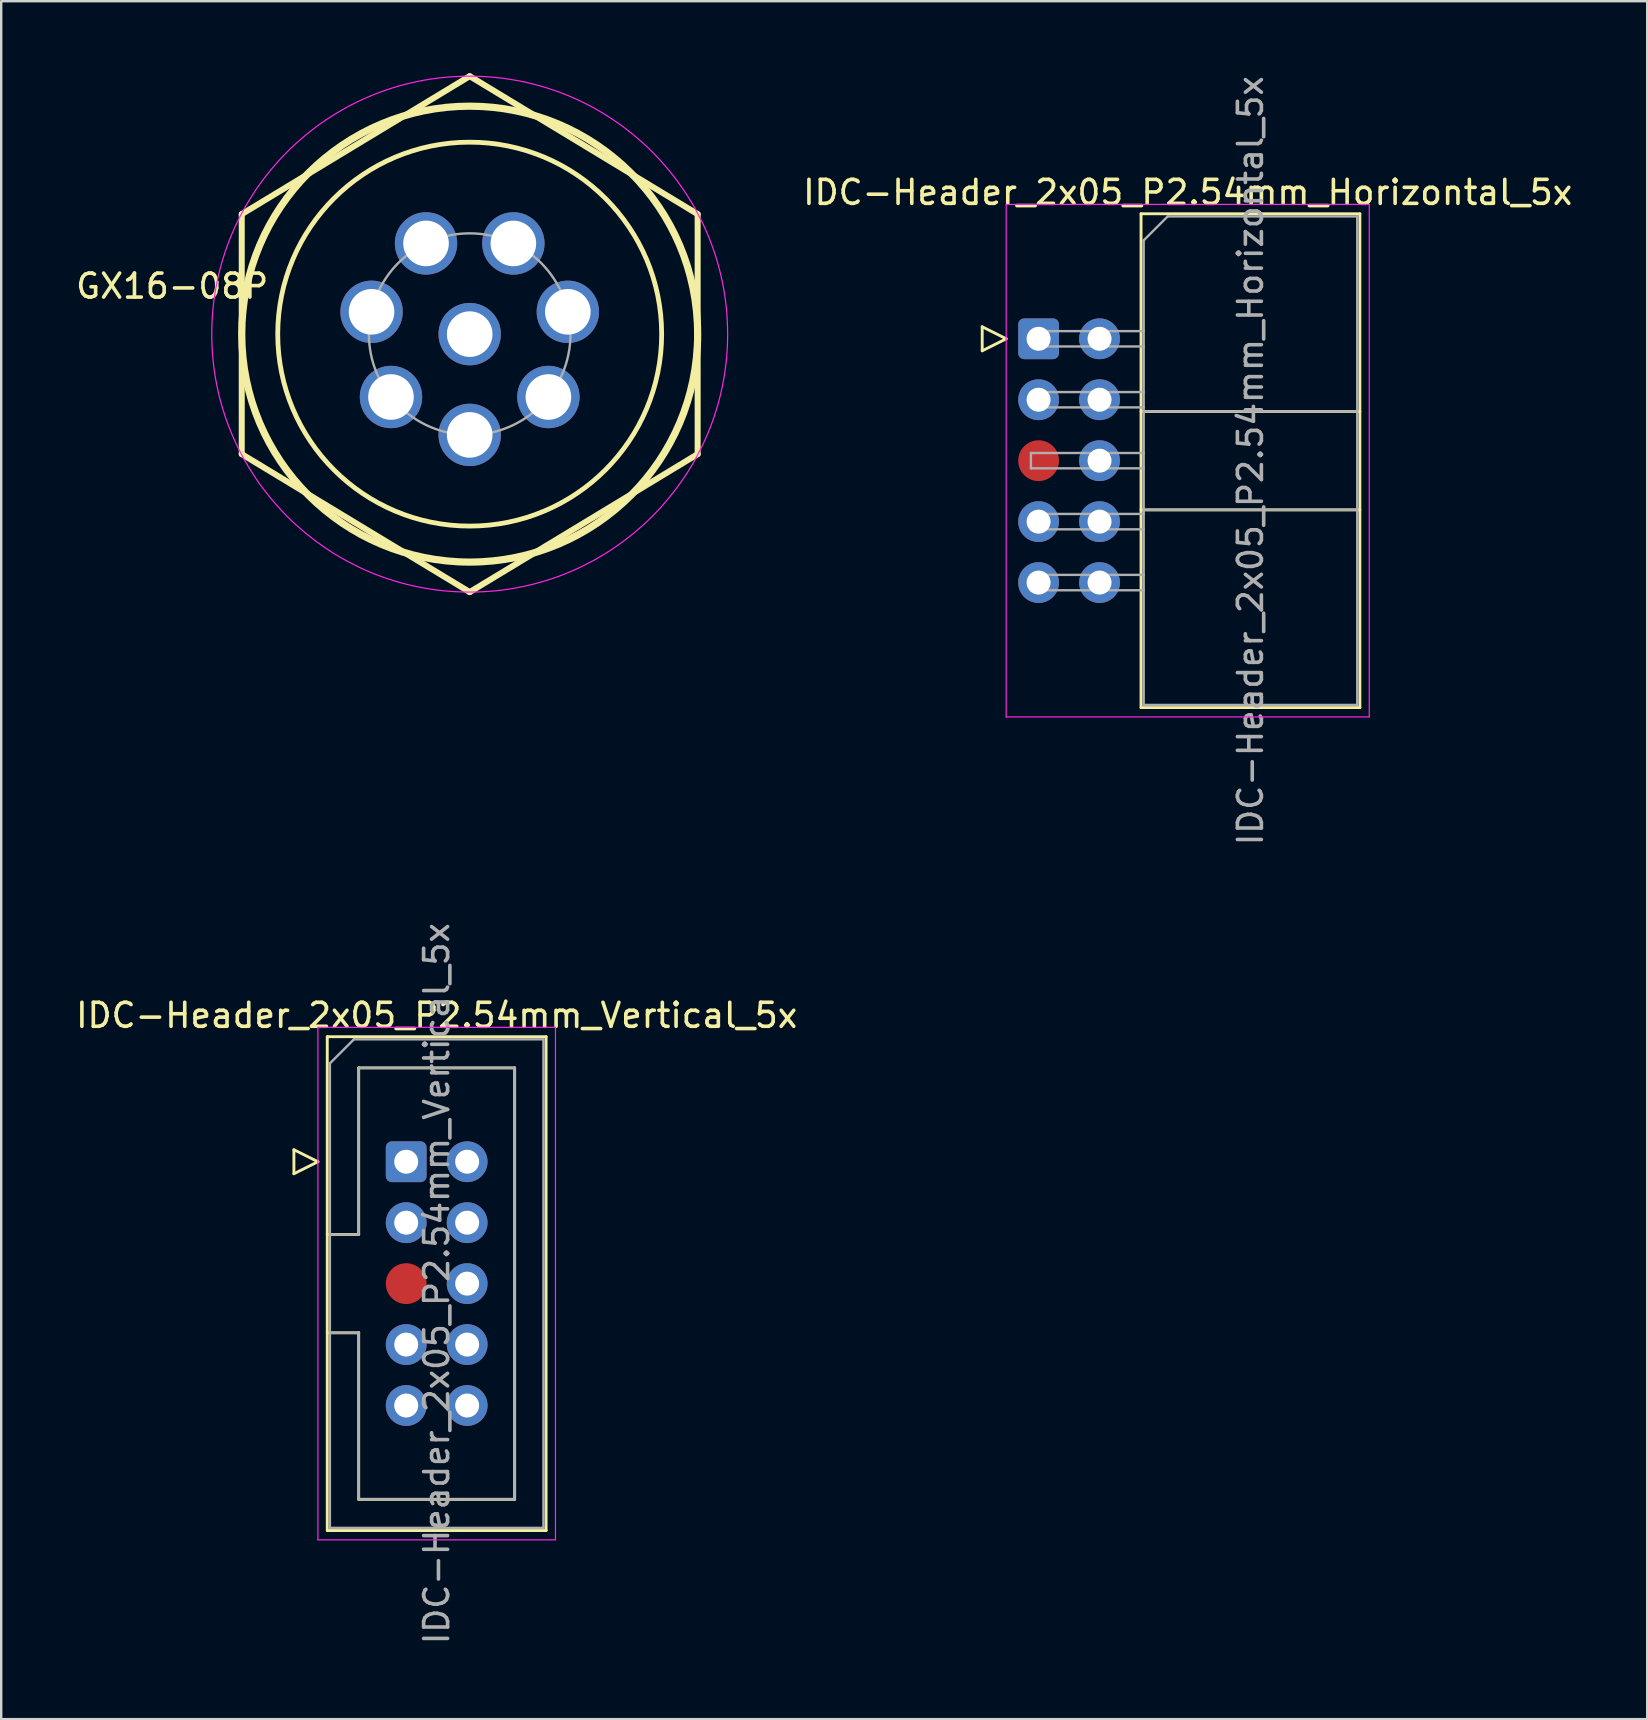
<source format=kicad_pcb>
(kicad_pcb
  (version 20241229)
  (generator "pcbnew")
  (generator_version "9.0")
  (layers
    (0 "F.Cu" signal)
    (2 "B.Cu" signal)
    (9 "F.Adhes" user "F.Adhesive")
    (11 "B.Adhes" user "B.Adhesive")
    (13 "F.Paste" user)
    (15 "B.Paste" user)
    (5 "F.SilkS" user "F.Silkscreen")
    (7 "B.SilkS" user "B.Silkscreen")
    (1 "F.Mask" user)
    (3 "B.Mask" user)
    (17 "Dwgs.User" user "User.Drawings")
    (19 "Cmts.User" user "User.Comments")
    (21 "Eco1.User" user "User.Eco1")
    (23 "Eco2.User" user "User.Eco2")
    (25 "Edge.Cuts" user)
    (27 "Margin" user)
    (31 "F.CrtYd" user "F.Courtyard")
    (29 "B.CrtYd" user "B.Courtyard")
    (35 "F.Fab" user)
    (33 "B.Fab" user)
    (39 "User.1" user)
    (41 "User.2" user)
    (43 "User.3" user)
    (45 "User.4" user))
  (footprint "IDC-Header_2x05_P2.54mm_Vertical_5x"
    (layer "F.Cu")
    (at 13.879 45.366)
    (property "Reference" "IDC-Header_2x05_P2.54mm_Vertical_5x" (at 1.27 -6.1 0) (layer "F.SilkS") (effects (font (size 1 1) (thickness 0.15))))
    (attr through_hole)
    (fp_line (start -4.68 -0.5) (end -4.68 0.5) (stroke (width 0.12) (type solid)) (layer "F.SilkS"))
    (fp_line (start -4.68 0.5) (end -3.68 0) (stroke (width 0.12) (type solid)) (layer "F.SilkS"))
    (fp_line (start -3.68 0) (end -4.68 -0.5) (stroke (width 0.12) (type solid)) (layer "F.SilkS"))
    (fp_line (start -3.29 -5.21) (end 5.83 -5.21) (stroke (width 0.12) (type solid)) (layer "F.SilkS"))
    (fp_line (start -3.29 3.03) (end -1.98 3.03) (stroke (width 0.12) (type solid)) (layer "F.SilkS"))
    (fp_line (start -3.29 15.37) (end -3.29 -5.21) (stroke (width 0.12) (type solid)) (layer "F.SilkS"))
    (fp_line (start -1.98 -3.91) (end 4.52 -3.91) (stroke (width 0.12) (type solid)) (layer "F.SilkS"))
    (fp_line (start -1.98 3.03) (end -1.98 -3.91) (stroke (width 0.12) (type solid)) (layer "F.SilkS"))
    (fp_line (start -1.98 7.13) (end -3.29 7.13) (stroke (width 0.12) (type solid)) (layer "F.SilkS"))
    (fp_line (start -1.98 7.13) (end -1.98 7.13) (stroke (width 0.12) (type solid)) (layer "F.SilkS"))
    (fp_line (start -1.98 14.07) (end -1.98 7.13) (stroke (width 0.12) (type solid)) (layer "F.SilkS"))
    (fp_line (start 4.52 -3.91) (end 4.52 14.07) (stroke (width 0.12) (type solid)) (layer "F.SilkS"))
    (fp_line (start 4.52 14.07) (end -1.98 14.07) (stroke (width 0.12) (type solid)) (layer "F.SilkS"))
    (fp_line (start 5.83 -5.21) (end 5.83 15.37) (stroke (width 0.12) (type solid)) (layer "F.SilkS"))
    (fp_line (start 5.83 15.37) (end -3.29 15.37) (stroke (width 0.12) (type solid)) (layer "F.SilkS"))
    (fp_line (start -3.68 -5.6) (end -3.68 15.76) (stroke (width 0.05) (type solid)) (layer "F.CrtYd"))
    (fp_line (start -3.68 15.76) (end 6.22 15.76) (stroke (width 0.05) (type solid)) (layer "F.CrtYd"))
    (fp_line (start 6.22 -5.6) (end -3.68 -5.6) (stroke (width 0.05) (type solid)) (layer "F.CrtYd"))
    (fp_line (start 6.22 15.76) (end 6.22 -5.6) (stroke (width 0.05) (type solid)) (layer "F.CrtYd"))
    (fp_line (start -3.18 -4.1) (end -2.18 -5.1) (stroke (width 0.1) (type solid)) (layer "F.Fab"))
    (fp_line (start -3.18 3.03) (end -1.98 3.03) (stroke (width 0.1) (type solid)) (layer "F.Fab"))
    (fp_line (start -3.18 15.26) (end -3.18 -4.1) (stroke (width 0.1) (type solid)) (layer "F.Fab"))
    (fp_line (start -2.18 -5.1) (end 5.72 -5.1) (stroke (width 0.1) (type solid)) (layer "F.Fab"))
    (fp_line (start -1.98 -3.91) (end 4.52 -3.91) (stroke (width 0.1) (type solid)) (layer "F.Fab"))
    (fp_line (start -1.98 3.03) (end -1.98 -3.91) (stroke (width 0.1) (type solid)) (layer "F.Fab"))
    (fp_line (start -1.98 7.13) (end -3.18 7.13) (stroke (width 0.1) (type solid)) (layer "F.Fab"))
    (fp_line (start -1.98 7.13) (end -1.98 7.13) (stroke (width 0.1) (type solid)) (layer "F.Fab"))
    (fp_line (start -1.98 14.07) (end -1.98 7.13) (stroke (width 0.1) (type solid)) (layer "F.Fab"))
    (fp_line (start 4.52 -3.91) (end 4.52 14.07) (stroke (width 0.1) (type solid)) (layer "F.Fab"))
    (fp_line (start 4.52 14.07) (end -1.98 14.07) (stroke (width 0.1) (type solid)) (layer "F.Fab"))
    (fp_line (start 5.72 -5.1) (end 5.72 15.26) (stroke (width 0.1) (type solid)) (layer "F.Fab"))
    (fp_line (start 5.72 15.26) (end -3.18 15.26) (stroke (width 0.1) (type solid)) (layer "F.Fab"))
    (fp_text user "${REFERENCE}" (at 1.27 5.08 90) (layer "F.Fab") (effects (font (size 1 1) (thickness 0.15))))
    (pad "1" thru_hole roundrect (at 0 0) (size 1.7 1.7) (drill 1) (layers "*.Cu" "*.Mask") (roundrect_rratio 0.147))
    (pad "2" thru_hole circle (at 2.54 0) (size 1.7 1.7) (drill 1) (layers "*.Cu" "*.Mask"))
    (pad "3" thru_hole circle (at 0 2.54) (size 1.7 1.7) (drill 1) (layers "*.Cu" "*.Mask"))
    (pad "4" thru_hole circle (at 2.54 2.54) (size 1.7 1.7) (drill 1) (layers "*.Cu" "*.Mask"))
    (pad "5" smd circle (at 0 5.08) (size 1.7 1.7) (layers "F.Cu" "F.Mask" "F.Paste"))
    (pad "6" thru_hole circle (at 2.54 5.08) (size 1.7 1.7) (drill 1) (layers "*.Cu" "*.Mask"))
    (pad "7" thru_hole circle (at 0 7.62) (size 1.7 1.7) (drill 1) (layers "*.Cu" "*.Mask"))
    (pad "8" thru_hole circle (at 2.54 7.62) (size 1.7 1.7) (drill 1) (layers "*.Cu" "*.Mask"))
    (pad "9" thru_hole circle (at 0 10.16) (size 1.7 1.7) (drill 1) (layers "*.Cu" "*.Mask"))
    (pad "10" thru_hole circle (at 2.54 10.16) (size 1.7 1.7) (drill 1) (layers "*.Cu" "*.Mask")))
  (footprint "GX16-08P"
    (layer "F.Cu")
    (at 16.525 10.875)
    (property "Reference" "GX16-08P" (at -12.4 -2 0) (layer "F.SilkS") (effects (font (size 1 1) (thickness 0.15))))
    (attr through_hole)
    (fp_line (start -9.5 0) (end -9.5 -5) (stroke (width 0.25) (type default)) (layer "F.SilkS"))
    (fp_line (start -9.5 0) (end -9.5 5) (stroke (width 0.25) (type default)) (layer "F.SilkS"))
    (fp_line (start 0 -10.75) (end -9.5 -5) (stroke (width 0.25) (type default)) (layer "F.SilkS"))
    (fp_line (start 0 -10.75) (end 9.5 -5) (stroke (width 0.25) (type default)) (layer "F.SilkS"))
    (fp_line (start 0 10.75) (end -9.5 5) (stroke (width 0.25) (type default)) (layer "F.SilkS"))
    (fp_line (start 0 10.75) (end 9.5 5) (stroke (width 0.25) (type default)) (layer "F.SilkS"))
    (fp_line (start 9.5 0) (end 9.5 -5) (stroke (width 0.25) (type default)) (layer "F.SilkS"))
    (fp_line (start 9.5 0) (end 9.5 5) (stroke (width 0.25) (type default)) (layer "F.SilkS"))
    (fp_circle (center 0 0) (end 8 0) (stroke (width 0.2) (type default)) (fill no) (layer "F.SilkS"))
    (fp_circle (center 0 0) (end 9.5 0) (stroke (width 0.3) (type default)) (fill no) (layer "F.SilkS"))
    (fp_circle (center 0 0) (end 10.75 0) (stroke (width 0.05) (type default)) (fill no) (layer "F.CrtYd"))
    (fp_circle (center 0 0) (end 4.2 0) (stroke (width 0.1) (type default)) (fill no) (layer "F.Fab"))
    (pad "1" thru_hole circle (at -1.82 -3.78) (size 2.6 2.6) (drill 1.9) (layers "*.Cu" "*.Mask"))
    (pad "2" thru_hole circle (at -4.09 -0.93) (size 2.6 2.6) (drill 1.9) (layers "*.Cu" "*.Mask"))
    (pad "3" thru_hole circle (at -3.28 2.62) (size 2.6 2.6) (drill 1.9) (layers "*.Cu" "*.Mask"))
    (pad "4" thru_hole circle (at 0 4.2) (size 2.6 2.6) (drill 1.9) (layers "*.Cu" "*.Mask"))
    (pad "5" thru_hole circle (at 3.28 2.62) (size 2.6 2.6) (drill 1.9) (layers "*.Cu" "*.Mask"))
    (pad "6" thru_hole circle (at 4.09 -0.93) (size 2.6 2.6) (drill 1.9) (layers "*.Cu" "*.Mask"))
    (pad "7" thru_hole circle (at 1.82 -3.78) (size 2.6 2.6) (drill 1.9) (layers "*.Cu" "*.Mask"))
    (pad "8" thru_hole circle (at 0 0) (size 2.6 2.6) (drill 1.9) (layers "*.Cu" "*.Mask")))
  (footprint "IDC-Header_2x05_P2.54mm_Horizontal_5x"
    (layer "F.Cu")
    (at 40.234 11.069)
    (property "Reference" "IDC-Header_2x05_P2.54mm_Horizontal_5x" (at 6.215 -6.1 0) (layer "F.SilkS") (effects (font (size 1 1) (thickness 0.15))))
    (attr through_hole)
    (fp_line (start -2.35 -0.5) (end -2.35 0.5) (stroke (width 0.12) (type solid)) (layer "F.SilkS"))
    (fp_line (start -2.35 0.5) (end -1.35 0) (stroke (width 0.12) (type solid)) (layer "F.SilkS"))
    (fp_line (start -1.35 0) (end -2.35 -0.5) (stroke (width 0.12) (type solid)) (layer "F.SilkS"))
    (fp_line (start 4.27 -5.21) (end 13.39 -5.21) (stroke (width 0.12) (type solid)) (layer "F.SilkS"))
    (fp_line (start 4.27 3.03) (end 13.39 3.03) (stroke (width 0.12) (type solid)) (layer "F.SilkS"))
    (fp_line (start 4.27 7.13) (end 13.39 7.13) (stroke (width 0.12) (type solid)) (layer "F.SilkS"))
    (fp_line (start 4.27 15.37) (end 4.27 -5.21) (stroke (width 0.12) (type solid)) (layer "F.SilkS"))
    (fp_line (start 13.39 -5.21) (end 13.39 15.37) (stroke (width 0.12) (type solid)) (layer "F.SilkS"))
    (fp_line (start 13.39 15.37) (end 4.27 15.37) (stroke (width 0.12) (type solid)) (layer "F.SilkS"))
    (fp_line (start -1.35 -5.6) (end -1.35 15.76) (stroke (width 0.05) (type solid)) (layer "F.CrtYd"))
    (fp_line (start -1.35 15.76) (end 13.78 15.76) (stroke (width 0.05) (type solid)) (layer "F.CrtYd"))
    (fp_line (start 13.78 -5.6) (end -1.35 -5.6) (stroke (width 0.05) (type solid)) (layer "F.CrtYd"))
    (fp_line (start 13.78 15.76) (end 13.78 -5.6) (stroke (width 0.05) (type solid)) (layer "F.CrtYd"))
    (fp_line (start -0.32 -0.32) (end -0.32 0.32) (stroke (width 0.1) (type solid)) (layer "F.Fab"))
    (fp_line (start -0.32 0.32) (end 4.38 0.32) (stroke (width 0.1) (type solid)) (layer "F.Fab"))
    (fp_line (start -0.32 2.22) (end -0.32 2.86) (stroke (width 0.1) (type solid)) (layer "F.Fab"))
    (fp_line (start -0.32 2.86) (end 4.38 2.86) (stroke (width 0.1) (type solid)) (layer "F.Fab"))
    (fp_line (start -0.32 4.76) (end -0.32 5.4) (stroke (width 0.1) (type solid)) (layer "F.Fab"))
    (fp_line (start -0.32 5.4) (end 4.38 5.4) (stroke (width 0.1) (type solid)) (layer "F.Fab"))
    (fp_line (start -0.32 7.3) (end -0.32 7.94) (stroke (width 0.1) (type solid)) (layer "F.Fab"))
    (fp_line (start -0.32 7.94) (end 4.38 7.94) (stroke (width 0.1) (type solid)) (layer "F.Fab"))
    (fp_line (start -0.32 9.84) (end -0.32 10.48) (stroke (width 0.1) (type solid)) (layer "F.Fab"))
    (fp_line (start -0.32 10.48) (end 4.38 10.48) (stroke (width 0.1) (type solid)) (layer "F.Fab"))
    (fp_line (start 4.38 -4.1) (end 5.38 -5.1) (stroke (width 0.1) (type solid)) (layer "F.Fab"))
    (fp_line (start 4.38 -0.32) (end -0.32 -0.32) (stroke (width 0.1) (type solid)) (layer "F.Fab"))
    (fp_line (start 4.38 2.22) (end -0.32 2.22) (stroke (width 0.1) (type solid)) (layer "F.Fab"))
    (fp_line (start 4.38 3.03) (end 13.28 3.03) (stroke (width 0.1) (type solid)) (layer "F.Fab"))
    (fp_line (start 4.38 4.76) (end -0.32 4.76) (stroke (width 0.1) (type solid)) (layer "F.Fab"))
    (fp_line (start 4.38 7.13) (end 13.28 7.13) (stroke (width 0.1) (type solid)) (layer "F.Fab"))
    (fp_line (start 4.38 7.3) (end -0.32 7.3) (stroke (width 0.1) (type solid)) (layer "F.Fab"))
    (fp_line (start 4.38 9.84) (end -0.32 9.84) (stroke (width 0.1) (type solid)) (layer "F.Fab"))
    (fp_line (start 4.38 15.26) (end 4.38 -4.1) (stroke (width 0.1) (type solid)) (layer "F.Fab"))
    (fp_line (start 5.38 -5.1) (end 13.28 -5.1) (stroke (width 0.1) (type solid)) (layer "F.Fab"))
    (fp_line (start 13.28 -5.1) (end 13.28 15.26) (stroke (width 0.1) (type solid)) (layer "F.Fab"))
    (fp_line (start 13.28 15.26) (end 4.38 15.26) (stroke (width 0.1) (type solid)) (layer "F.Fab"))
    (fp_text user "${REFERENCE}" (at 8.83 5.08 90) (layer "F.Fab") (effects (font (size 1 1) (thickness 0.15))))
    (pad "1" thru_hole roundrect (at 0 0) (size 1.7 1.7) (drill 1) (layers "*.Cu" "*.Mask") (roundrect_rratio 0.147))
    (pad "2" thru_hole circle (at 2.54 0) (size 1.7 1.7) (drill 1) (layers "*.Cu" "*.Mask"))
    (pad "3" thru_hole circle (at 0 2.54) (size 1.7 1.7) (drill 1) (layers "*.Cu" "*.Mask"))
    (pad "4" thru_hole circle (at 2.54 2.54) (size 1.7 1.7) (drill 1) (layers "*.Cu" "*.Mask"))
    (pad "5" smd circle (at 0 5.08) (size 1.7 1.7) (layers "F.Cu" "F.Mask" "F.Paste"))
    (pad "6" thru_hole circle (at 2.54 5.08) (size 1.7 1.7) (drill 1) (layers "*.Cu" "*.Mask"))
    (pad "7" thru_hole circle (at 0 7.62) (size 1.7 1.7) (drill 1) (layers "*.Cu" "*.Mask"))
    (pad "8" thru_hole circle (at 2.54 7.62) (size 1.7 1.7) (drill 1) (layers "*.Cu" "*.Mask"))
    (pad "9" thru_hole circle (at 0 10.16) (size 1.7 1.7) (drill 1) (layers "*.Cu" "*.Mask"))
    (pad "10" thru_hole circle (at 2.54 10.16) (size 1.7 1.7) (drill 1) (layers "*.Cu" "*.Mask")))
  (gr_rect
    (start -3 -3)
    (end 65.598 68.595)
    (stroke (width 0.1) (type default))
    (fill no)
    (layer "Edge.Cuts")))
</source>
